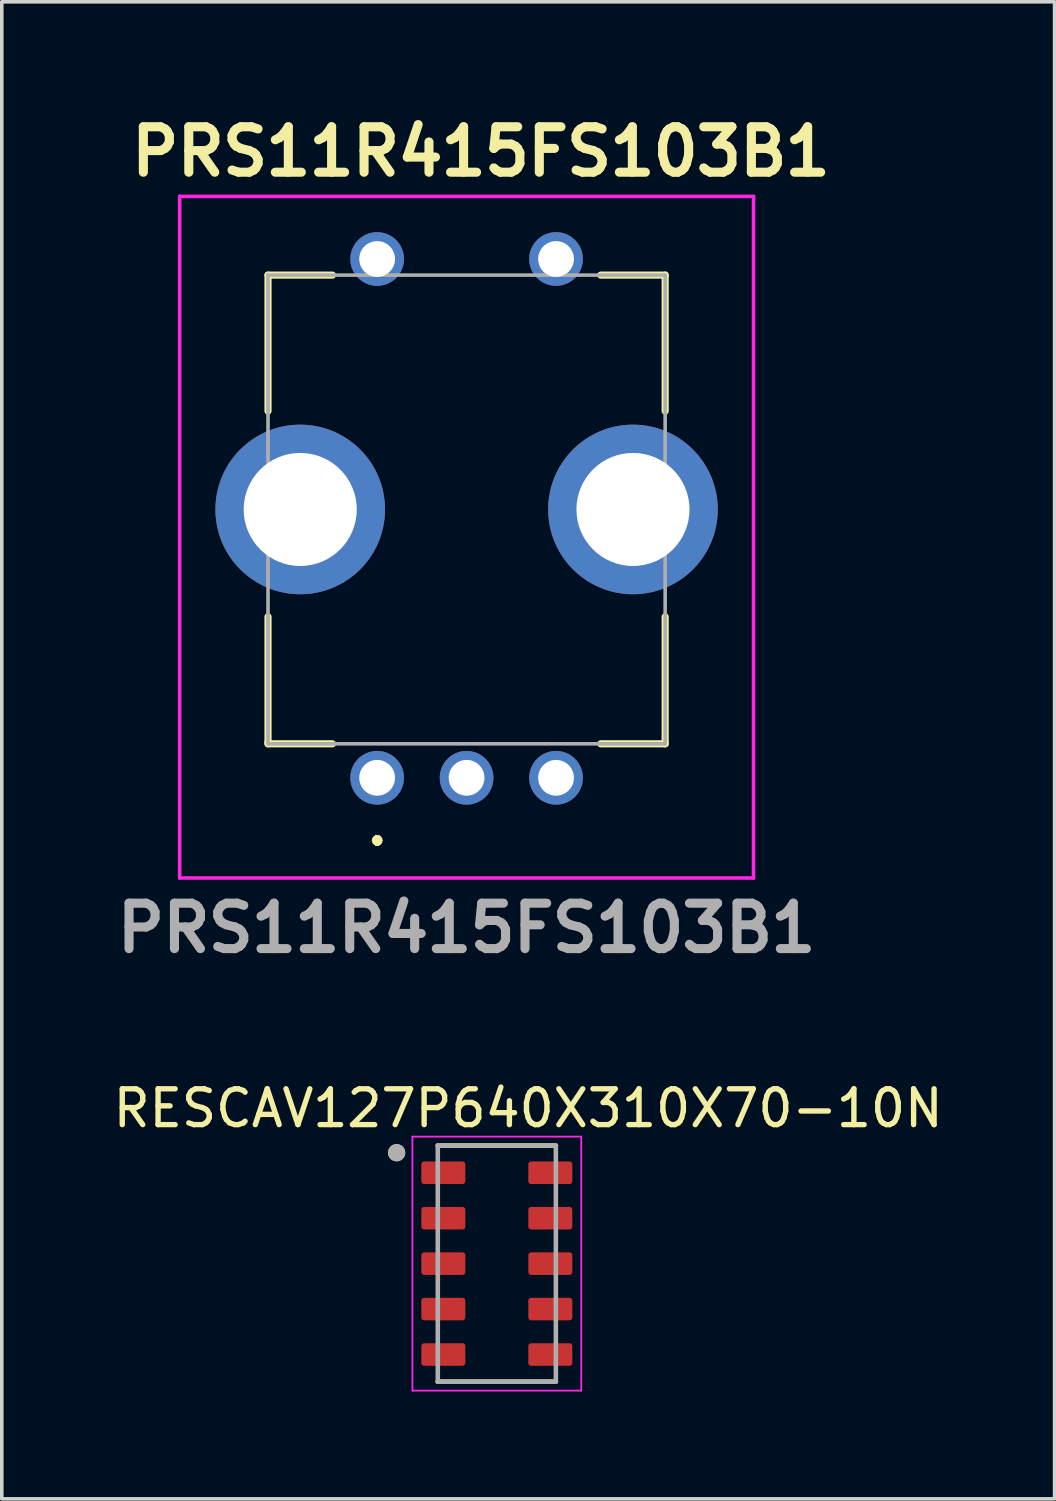
<source format=kicad_pcb>
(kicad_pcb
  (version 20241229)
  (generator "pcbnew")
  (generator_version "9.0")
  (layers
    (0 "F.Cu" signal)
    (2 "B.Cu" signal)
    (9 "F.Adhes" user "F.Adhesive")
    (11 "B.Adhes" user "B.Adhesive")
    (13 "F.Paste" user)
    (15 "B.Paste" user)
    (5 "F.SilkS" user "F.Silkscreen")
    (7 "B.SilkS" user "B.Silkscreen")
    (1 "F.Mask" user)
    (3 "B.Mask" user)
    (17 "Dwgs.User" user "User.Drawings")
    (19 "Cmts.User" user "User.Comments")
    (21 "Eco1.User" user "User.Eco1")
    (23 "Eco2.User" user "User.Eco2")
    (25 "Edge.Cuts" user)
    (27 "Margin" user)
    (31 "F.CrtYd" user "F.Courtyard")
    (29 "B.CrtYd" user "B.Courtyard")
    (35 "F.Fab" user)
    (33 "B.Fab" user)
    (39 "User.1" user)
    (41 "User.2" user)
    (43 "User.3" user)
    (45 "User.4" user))
  (footprint "PRS11R415FS103B1"
    (layer "F.Cu")
    (at 7.491 18.689)
    (property "Reference" "PRS11R415FS103B1" (at 2.9 -17.5 0) (layer "F.SilkS") (effects (font (size 1.27 1.27) (thickness 0.254))))
    (attr through_hole)
    (fp_line (start -3.05 -14.05) (end -1.25 -14.05) (stroke (width 0.2) (type solid)) (layer "F.SilkS"))
    (fp_line (start -3.05 -10.25) (end -3.05 -14.05) (stroke (width 0.2) (type solid)) (layer "F.SilkS"))
    (fp_line (start -3.05 -4.5) (end -3.05 -1) (stroke (width 0.2) (type solid)) (layer "F.SilkS"))
    (fp_line (start -3.05 -1) (end -3.05 -0.95) (stroke (width 0.2) (type solid)) (layer "F.SilkS"))
    (fp_line (start -3.05 -0.95) (end -1.25 -0.95) (stroke (width 0.2) (type solid)) (layer "F.SilkS"))
    (fp_line (start 0 1.7) (end 0 1.7) (stroke (width 0.2) (type solid)) (layer "F.SilkS"))
    (fp_line (start 0 1.8) (end 0 1.8) (stroke (width 0.2) (type solid)) (layer "F.SilkS"))
    (fp_line (start 0 1.8) (end 0 1.8) (stroke (width 0.2) (type solid)) (layer "F.SilkS"))
    (fp_line (start 6.25 -14.05) (end 8.05 -14.05) (stroke (width 0.2) (type solid)) (layer "F.SilkS"))
    (fp_line (start 6.25 -0.95) (end 8.05 -0.95) (stroke (width 0.2) (type solid)) (layer "F.SilkS"))
    (fp_line (start 8.05 -14.05) (end 8.05 -10.25) (stroke (width 0.2) (type solid)) (layer "F.SilkS"))
    (fp_line (start 8.05 -0.95) (end 8.05 -4.5) (stroke (width 0.2) (type solid)) (layer "F.SilkS"))
    (fp_arc (start 0 1.7) (mid 0.05 1.75) (end 0 1.8) (stroke (width 0.2) (type solid)) (layer "F.SilkS"))
    (fp_arc (start 0 1.7) (mid 0.05 1.75) (end 0 1.8) (stroke (width 0.2) (type solid)) (layer "F.SilkS"))
    (fp_arc (start 0 1.8) (mid -0.05 1.75) (end 0 1.7) (stroke (width 0.2) (type solid)) (layer "F.SilkS"))
    (fp_line (start -5.52 -16.25) (end 10.52 -16.25) (stroke (width 0.1) (type solid)) (layer "F.CrtYd"))
    (fp_line (start -5.52 2.8) (end -5.52 -16.25) (stroke (width 0.1) (type solid)) (layer "F.CrtYd"))
    (fp_line (start 10.52 -16.25) (end 10.52 2.8) (stroke (width 0.1) (type solid)) (layer "F.CrtYd"))
    (fp_line (start 10.52 2.8) (end -5.52 2.8) (stroke (width 0.1) (type solid)) (layer "F.CrtYd"))
    (fp_line (start -3.05 -14.05) (end 8.05 -14.05) (stroke (width 0.1) (type solid)) (layer "F.Fab"))
    (fp_line (start -3.05 -0.95) (end -3.05 -14.05) (stroke (width 0.1) (type solid)) (layer "F.Fab"))
    (fp_line (start 8.05 -14.05) (end 8.05 -0.95) (stroke (width 0.1) (type solid)) (layer "F.Fab"))
    (fp_line (start 8.05 -0.95) (end -3.05 -0.95) (stroke (width 0.1) (type solid)) (layer "F.Fab"))
    (fp_text user "${REFERENCE}" (at 2.5 4.2 0) (layer "F.Fab") (effects (font (size 1.27 1.27) (thickness 0.254))))
    (pad "1" thru_hole circle (at 0 0) (size 1.5 1.5) (drill 1) (layers "*.Cu" "*.Mask"))
    (pad "2" thru_hole circle (at 2.5 0) (size 1.5 1.5) (drill 1) (layers "*.Cu" "*.Mask"))
    (pad "3" thru_hole circle (at 5 0) (size 1.5 1.5) (drill 1) (layers "*.Cu" "*.Mask"))
    (pad "4" thru_hole circle (at 0 -14.5) (size 1.5 1.5) (drill 1) (layers "*.Cu" "*.Mask"))
    (pad "5" thru_hole circle (at 5 -14.5) (size 1.5 1.5) (drill 1) (layers "*.Cu" "*.Mask"))
    (pad "MH1" thru_hole circle (at -2.15 -7.5) (size 4.74 4.74) (drill 3.16) (layers "*.Cu" "*.Mask"))
    (pad "MH2" thru_hole circle (at 7.15 -7.5) (size 4.74 4.74) (drill 3.16) (layers "*.Cu" "*.Mask")))
  (footprint "RESCAV127P640X310X70-10N"
    (layer "F.Cu")
    (at 10.836 32.268)
    (property "Reference" "RESCAV127P640X310X70-10N" (at 0.876 -4.341 0) (layer "F.SilkS") (effects (font (size 1.001 1.001) (thickness 0.15))))
    (attr smd)
    (fp_line (start -1.65 -3.3) (end 1.65 -3.3) (stroke (width 0.127) (type solid)) (layer "F.SilkS"))
    (fp_line (start 1.65 3.3) (end -1.65 3.3) (stroke (width 0.127) (type solid)) (layer "F.SilkS"))
    (fp_circle (center -2.8 -3.1) (end -2.68 -3.1) (stroke (width 0.24) (type solid)) (fill no) (layer "F.SilkS"))
    (fp_line (start -2.36 -3.55) (end 2.36 -3.55) (stroke (width 0.05) (type solid)) (layer "F.CrtYd"))
    (fp_line (start -2.36 3.55) (end -2.36 -3.55) (stroke (width 0.05) (type solid)) (layer "F.CrtYd"))
    (fp_line (start 2.36 -3.55) (end 2.36 3.55) (stroke (width 0.05) (type solid)) (layer "F.CrtYd"))
    (fp_line (start 2.36 3.55) (end -2.36 3.55) (stroke (width 0.05) (type solid)) (layer "F.CrtYd"))
    (fp_line (start -1.65 -3.3) (end 1.65 -3.3) (stroke (width 0.127) (type solid)) (layer "F.Fab"))
    (fp_line (start -1.65 3.3) (end -1.65 -3.3) (stroke (width 0.127) (type solid)) (layer "F.Fab"))
    (fp_line (start 1.65 -3.3) (end 1.65 3.3) (stroke (width 0.127) (type solid)) (layer "F.Fab"))
    (fp_line (start 1.65 3.3) (end -1.65 3.3) (stroke (width 0.127) (type solid)) (layer "F.Fab"))
    (fp_circle (center -2.8 -3.1) (end -2.68 -3.1) (stroke (width 0.24) (type solid)) (fill no) (layer "F.Fab"))
    (pad "1" smd roundrect (at -1.495 -2.54) (size 1.23 0.63) (layers "F.Cu" "F.Mask" "F.Paste") (roundrect_rratio 0.125))
    (pad "2" smd roundrect (at -1.495 -1.27) (size 1.23 0.63) (layers "F.Cu" "F.Mask" "F.Paste") (roundrect_rratio 0.125))
    (pad "3" smd roundrect (at -1.495 0) (size 1.23 0.63) (layers "F.Cu" "F.Mask" "F.Paste") (roundrect_rratio 0.125))
    (pad "4" smd roundrect (at -1.495 1.27) (size 1.23 0.63) (layers "F.Cu" "F.Mask" "F.Paste") (roundrect_rratio 0.125))
    (pad "5" smd roundrect (at -1.495 2.54) (size 1.23 0.63) (layers "F.Cu" "F.Mask" "F.Paste") (roundrect_rratio 0.125))
    (pad "6" smd roundrect (at 1.495 2.54 180) (size 1.23 0.63) (layers "F.Cu" "F.Mask" "F.Paste") (roundrect_rratio 0.125))
    (pad "7" smd roundrect (at 1.495 1.27 180) (size 1.23 0.63) (layers "F.Cu" "F.Mask" "F.Paste") (roundrect_rratio 0.125))
    (pad "8" smd roundrect (at 1.495 0 180) (size 1.23 0.63) (layers "F.Cu" "F.Mask" "F.Paste") (roundrect_rratio 0.125))
    (pad "9" smd roundrect (at 1.495 -1.27 180) (size 1.23 0.63) (layers "F.Cu" "F.Mask" "F.Paste") (roundrect_rratio 0.125))
    (pad "10" smd roundrect (at 1.495 -2.54 180) (size 1.23 0.63) (layers "F.Cu" "F.Mask" "F.Paste") (roundrect_rratio 0.125)))
  (gr_rect
    (start -3 -3)
    (end 26.425 38.843)
    (stroke (width 0.1) (type default))
    (fill no)
    (layer "Edge.Cuts")))
</source>
